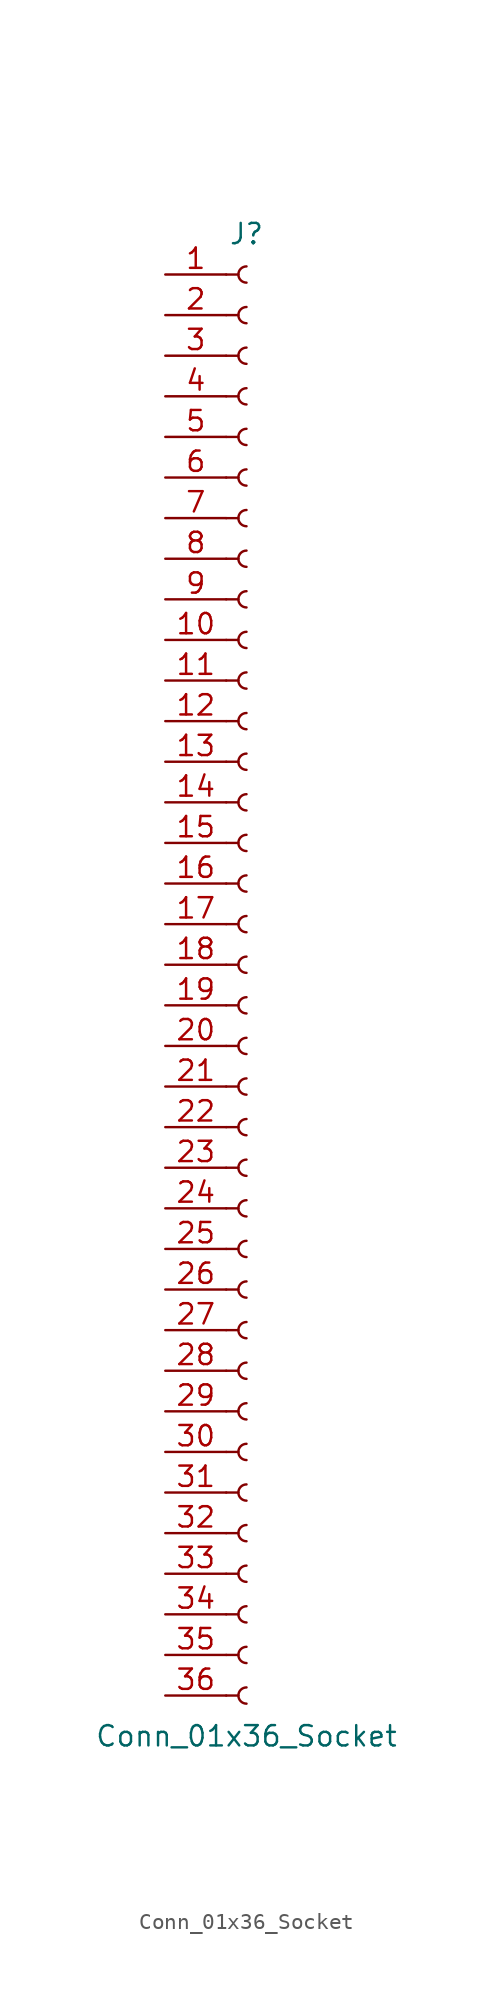
<source format=kicad_sym>
(kicad_symbol_lib
  (version 20241209)
  (generator "kicad_symbol_editor")
  (generator_version "9.0")
  (symbol "Conn_01x36_Socket"
    (pin_names
      (offset 1.016)
      (hide yes))
    (property "Reference" "J"
      (at 0 45.72 0)
      (effects (font (size 1.27 1.27))))
    (property "Value" "Conn_01x36_Socket"
      (at 0 -48.26 0)
      (effects (font (size 1.27 1.27))))
    (property "ki_locked" ""
      (at 0 0 0)
      (effects (font (size 1.27 1.27))))
    (symbol "Conn_01x36_Socket_1_1"
      (polyline (pts (xy -1.27 43.18) (xy -0.508 43.18)) (stroke (width 0.152) (type default)) (fill (type none)))
      (polyline (pts (xy -1.27 40.64) (xy -0.508 40.64)) (stroke (width 0.152) (type default)) (fill (type none)))
      (polyline (pts (xy -1.27 38.1) (xy -0.508 38.1)) (stroke (width 0.152) (type default)) (fill (type none)))
      (polyline (pts (xy -1.27 35.56) (xy -0.508 35.56)) (stroke (width 0.152) (type default)) (fill (type none)))
      (polyline (pts (xy -1.27 33.02) (xy -0.508 33.02)) (stroke (width 0.152) (type default)) (fill (type none)))
      (polyline (pts (xy -1.27 30.48) (xy -0.508 30.48)) (stroke (width 0.152) (type default)) (fill (type none)))
      (polyline (pts (xy -1.27 27.94) (xy -0.508 27.94)) (stroke (width 0.152) (type default)) (fill (type none)))
      (polyline (pts (xy -1.27 25.4) (xy -0.508 25.4)) (stroke (width 0.152) (type default)) (fill (type none)))
      (polyline (pts (xy -1.27 22.86) (xy -0.508 22.86)) (stroke (width 0.152) (type default)) (fill (type none)))
      (polyline (pts (xy -1.27 20.32) (xy -0.508 20.32)) (stroke (width 0.152) (type default)) (fill (type none)))
      (polyline (pts (xy -1.27 17.78) (xy -0.508 17.78)) (stroke (width 0.152) (type default)) (fill (type none)))
      (polyline (pts (xy -1.27 15.24) (xy -0.508 15.24)) (stroke (width 0.152) (type default)) (fill (type none)))
      (polyline (pts (xy -1.27 12.7) (xy -0.508 12.7)) (stroke (width 0.152) (type default)) (fill (type none)))
      (polyline (pts (xy -1.27 10.16) (xy -0.508 10.16)) (stroke (width 0.152) (type default)) (fill (type none)))
      (polyline (pts (xy -1.27 7.62) (xy -0.508 7.62)) (stroke (width 0.152) (type default)) (fill (type none)))
      (polyline (pts (xy -1.27 5.08) (xy -0.508 5.08)) (stroke (width 0.152) (type default)) (fill (type none)))
      (polyline (pts (xy -1.27 2.54) (xy -0.508 2.54)) (stroke (width 0.152) (type default)) (fill (type none)))
      (polyline (pts (xy -1.27 0) (xy -0.508 0)) (stroke (width 0.152) (type default)) (fill (type none)))
      (polyline (pts (xy -1.27 -2.54) (xy -0.508 -2.54)) (stroke (width 0.152) (type default)) (fill (type none)))
      (polyline (pts (xy -1.27 -5.08) (xy -0.508 -5.08)) (stroke (width 0.152) (type default)) (fill (type none)))
      (polyline (pts (xy -1.27 -7.62) (xy -0.508 -7.62)) (stroke (width 0.152) (type default)) (fill (type none)))
      (polyline (pts (xy -1.27 -10.16) (xy -0.508 -10.16)) (stroke (width 0.152) (type default)) (fill (type none)))
      (polyline (pts (xy -1.27 -12.7) (xy -0.508 -12.7)) (stroke (width 0.152) (type default)) (fill (type none)))
      (polyline (pts (xy -1.27 -15.24) (xy -0.508 -15.24)) (stroke (width 0.152) (type default)) (fill (type none)))
      (polyline (pts (xy -1.27 -17.78) (xy -0.508 -17.78)) (stroke (width 0.152) (type default)) (fill (type none)))
      (polyline (pts (xy -1.27 -20.32) (xy -0.508 -20.32)) (stroke (width 0.152) (type default)) (fill (type none)))
      (polyline (pts (xy -1.27 -22.86) (xy -0.508 -22.86)) (stroke (width 0.152) (type default)) (fill (type none)))
      (polyline (pts (xy -1.27 -25.4) (xy -0.508 -25.4)) (stroke (width 0.152) (type default)) (fill (type none)))
      (polyline (pts (xy -1.27 -27.94) (xy -0.508 -27.94)) (stroke (width 0.152) (type default)) (fill (type none)))
      (polyline (pts (xy -1.27 -30.48) (xy -0.508 -30.48)) (stroke (width 0.152) (type default)) (fill (type none)))
      (polyline (pts (xy -1.27 -33.02) (xy -0.508 -33.02)) (stroke (width 0.152) (type default)) (fill (type none)))
      (polyline (pts (xy -1.27 -35.56) (xy -0.508 -35.56)) (stroke (width 0.152) (type default)) (fill (type none)))
      (polyline (pts (xy -1.27 -38.1) (xy -0.508 -38.1)) (stroke (width 0.152) (type default)) (fill (type none)))
      (polyline (pts (xy -1.27 -40.64) (xy -0.508 -40.64)) (stroke (width 0.152) (type default)) (fill (type none)))
      (polyline (pts (xy -1.27 -43.18) (xy -0.508 -43.18)) (stroke (width 0.152) (type default)) (fill (type none)))
      (polyline (pts (xy -1.27 -45.72) (xy -0.508 -45.72)) (stroke (width 0.152) (type default)) (fill (type none)))
      (arc (start 0 42.672) (mid -0.5058 43.18) (end 0 43.688) (stroke (width 0.1524) (type default)) (fill (type none)))
      (arc (start 0 40.132) (mid -0.5058 40.64) (end 0 41.148) (stroke (width 0.1524) (type default)) (fill (type none)))
      (arc (start 0 37.592) (mid -0.5058 38.1) (end 0 38.608) (stroke (width 0.1524) (type default)) (fill (type none)))
      (arc (start 0 35.052) (mid -0.5058 35.56) (end 0 36.068) (stroke (width 0.1524) (type default)) (fill (type none)))
      (arc (start 0 32.512) (mid -0.5058 33.02) (end 0 33.528) (stroke (width 0.1524) (type default)) (fill (type none)))
      (arc (start 0 29.972) (mid -0.5058 30.48) (end 0 30.988) (stroke (width 0.1524) (type default)) (fill (type none)))
      (arc (start 0 27.432) (mid -0.5058 27.94) (end 0 28.448) (stroke (width 0.1524) (type default)) (fill (type none)))
      (arc (start 0 24.892) (mid -0.5058 25.4) (end 0 25.908) (stroke (width 0.1524) (type default)) (fill (type none)))
      (arc (start 0 22.352) (mid -0.5058 22.86) (end 0 23.368) (stroke (width 0.1524) (type default)) (fill (type none)))
      (arc (start 0 19.812) (mid -0.5058 20.32) (end 0 20.828) (stroke (width 0.1524) (type default)) (fill (type none)))
      (arc (start 0 17.272) (mid -0.5058 17.78) (end 0 18.288) (stroke (width 0.1524) (type default)) (fill (type none)))
      (arc (start 0 14.732) (mid -0.5058 15.24) (end 0 15.748) (stroke (width 0.1524) (type default)) (fill (type none)))
      (arc (start 0 12.192) (mid -0.5058 12.7) (end 0 13.208) (stroke (width 0.1524) (type default)) (fill (type none)))
      (arc (start 0 9.652) (mid -0.5058 10.16) (end 0 10.668) (stroke (width 0.1524) (type default)) (fill (type none)))
      (arc (start 0 7.112) (mid -0.5058 7.62) (end 0 8.128) (stroke (width 0.1524) (type default)) (fill (type none)))
      (arc (start 0 4.572) (mid -0.5058 5.08) (end 0 5.588) (stroke (width 0.1524) (type default)) (fill (type none)))
      (arc (start 0 2.032) (mid -0.5058 2.54) (end 0 3.048) (stroke (width 0.1524) (type default)) (fill (type none)))
      (arc (start 0 -0.508) (mid -0.5058 0) (end 0 0.508) (stroke (width 0.1524) (type default)) (fill (type none)))
      (arc (start 0 -3.048) (mid -0.5058 -2.54) (end 0 -2.032) (stroke (width 0.1524) (type default)) (fill (type none)))
      (arc (start 0 -5.588) (mid -0.5058 -5.08) (end 0 -4.572) (stroke (width 0.1524) (type default)) (fill (type none)))
      (arc (start 0 -8.128) (mid -0.5058 -7.62) (end 0 -7.112) (stroke (width 0.1524) (type default)) (fill (type none)))
      (arc (start 0 -10.668) (mid -0.5058 -10.16) (end 0 -9.652) (stroke (width 0.1524) (type default)) (fill (type none)))
      (arc (start 0 -13.208) (mid -0.5058 -12.7) (end 0 -12.192) (stroke (width 0.1524) (type default)) (fill (type none)))
      (arc (start 0 -15.748) (mid -0.5058 -15.24) (end 0 -14.732) (stroke (width 0.1524) (type default)) (fill (type none)))
      (arc (start 0 -18.288) (mid -0.5058 -17.78) (end 0 -17.272) (stroke (width 0.1524) (type default)) (fill (type none)))
      (arc (start 0 -20.828) (mid -0.5058 -20.32) (end 0 -19.812) (stroke (width 0.1524) (type default)) (fill (type none)))
      (arc (start 0 -23.368) (mid -0.5058 -22.86) (end 0 -22.352) (stroke (width 0.1524) (type default)) (fill (type none)))
      (arc (start 0 -25.908) (mid -0.5058 -25.4) (end 0 -24.892) (stroke (width 0.1524) (type default)) (fill (type none)))
      (arc (start 0 -28.448) (mid -0.5058 -27.94) (end 0 -27.432) (stroke (width 0.1524) (type default)) (fill (type none)))
      (arc (start 0 -30.988) (mid -0.5058 -30.48) (end 0 -29.972) (stroke (width 0.1524) (type default)) (fill (type none)))
      (arc (start 0 -33.528) (mid -0.5058 -33.02) (end 0 -32.512) (stroke (width 0.1524) (type default)) (fill (type none)))
      (arc (start 0 -36.068) (mid -0.5058 -35.56) (end 0 -35.052) (stroke (width 0.1524) (type default)) (fill (type none)))
      (arc (start 0 -38.608) (mid -0.5058 -38.1) (end 0 -37.592) (stroke (width 0.1524) (type default)) (fill (type none)))
      (arc (start 0 -41.148) (mid -0.5058 -40.64) (end 0 -40.132) (stroke (width 0.1524) (type default)) (fill (type none)))
      (arc (start 0 -43.688) (mid -0.5058 -43.18) (end 0 -42.672) (stroke (width 0.1524) (type default)) (fill (type none)))
      (arc (start 0 -46.228) (mid -0.5058 -45.72) (end 0 -45.212) (stroke (width 0.1524) (type default)) (fill (type none)))
      (pin passive line (at -5.08 43.18 0) (length 3.81) (name "Pin_1" (effects (font (size 1.27 1.27)))) (number "1" (effects (font (size 1.27 1.27)))))
      (pin passive line (at -5.08 40.64 0) (length 3.81) (name "Pin_2" (effects (font (size 1.27 1.27)))) (number "2" (effects (font (size 1.27 1.27)))))
      (pin passive line (at -5.08 38.1 0) (length 3.81) (name "Pin_3" (effects (font (size 1.27 1.27)))) (number "3" (effects (font (size 1.27 1.27)))))
      (pin passive line (at -5.08 35.56 0) (length 3.81) (name "Pin_4" (effects (font (size 1.27 1.27)))) (number "4" (effects (font (size 1.27 1.27)))))
      (pin passive line (at -5.08 33.02 0) (length 3.81) (name "Pin_5" (effects (font (size 1.27 1.27)))) (number "5" (effects (font (size 1.27 1.27)))))
      (pin passive line (at -5.08 30.48 0) (length 3.81) (name "Pin_6" (effects (font (size 1.27 1.27)))) (number "6" (effects (font (size 1.27 1.27)))))
      (pin passive line (at -5.08 27.94 0) (length 3.81) (name "Pin_7" (effects (font (size 1.27 1.27)))) (number "7" (effects (font (size 1.27 1.27)))))
      (pin passive line (at -5.08 25.4 0) (length 3.81) (name "Pin_8" (effects (font (size 1.27 1.27)))) (number "8" (effects (font (size 1.27 1.27)))))
      (pin passive line (at -5.08 22.86 0) (length 3.81) (name "Pin_9" (effects (font (size 1.27 1.27)))) (number "9" (effects (font (size 1.27 1.27)))))
      (pin passive line (at -5.08 20.32 0) (length 3.81) (name "Pin_10" (effects (font (size 1.27 1.27)))) (number "10" (effects (font (size 1.27 1.27)))))
      (pin passive line (at -5.08 17.78 0) (length 3.81) (name "Pin_11" (effects (font (size 1.27 1.27)))) (number "11" (effects (font (size 1.27 1.27)))))
      (pin passive line (at -5.08 15.24 0) (length 3.81) (name "Pin_12" (effects (font (size 1.27 1.27)))) (number "12" (effects (font (size 1.27 1.27)))))
      (pin passive line (at -5.08 12.7 0) (length 3.81) (name "Pin_13" (effects (font (size 1.27 1.27)))) (number "13" (effects (font (size 1.27 1.27)))))
      (pin passive line (at -5.08 10.16 0) (length 3.81) (name "Pin_14" (effects (font (size 1.27 1.27)))) (number "14" (effects (font (size 1.27 1.27)))))
      (pin passive line (at -5.08 7.62 0) (length 3.81) (name "Pin_15" (effects (font (size 1.27 1.27)))) (number "15" (effects (font (size 1.27 1.27)))))
      (pin passive line (at -5.08 5.08 0) (length 3.81) (name "Pin_16" (effects (font (size 1.27 1.27)))) (number "16" (effects (font (size 1.27 1.27)))))
      (pin passive line (at -5.08 2.54 0) (length 3.81) (name "Pin_17" (effects (font (size 1.27 1.27)))) (number "17" (effects (font (size 1.27 1.27)))))
      (pin passive line (at -5.08 0 0) (length 3.81) (name "Pin_18" (effects (font (size 1.27 1.27)))) (number "18" (effects (font (size 1.27 1.27)))))
      (pin passive line (at -5.08 -2.54 0) (length 3.81) (name "Pin_19" (effects (font (size 1.27 1.27)))) (number "19" (effects (font (size 1.27 1.27)))))
      (pin passive line (at -5.08 -5.08 0) (length 3.81) (name "Pin_20" (effects (font (size 1.27 1.27)))) (number "20" (effects (font (size 1.27 1.27)))))
      (pin passive line (at -5.08 -7.62 0) (length 3.81) (name "Pin_21" (effects (font (size 1.27 1.27)))) (number "21" (effects (font (size 1.27 1.27)))))
      (pin passive line (at -5.08 -10.16 0) (length 3.81) (name "Pin_22" (effects (font (size 1.27 1.27)))) (number "22" (effects (font (size 1.27 1.27)))))
      (pin passive line (at -5.08 -12.7 0) (length 3.81) (name "Pin_23" (effects (font (size 1.27 1.27)))) (number "23" (effects (font (size 1.27 1.27)))))
      (pin passive line (at -5.08 -15.24 0) (length 3.81) (name "Pin_24" (effects (font (size 1.27 1.27)))) (number "24" (effects (font (size 1.27 1.27)))))
      (pin passive line (at -5.08 -17.78 0) (length 3.81) (name "Pin_25" (effects (font (size 1.27 1.27)))) (number "25" (effects (font (size 1.27 1.27)))))
      (pin passive line (at -5.08 -20.32 0) (length 3.81) (name "Pin_26" (effects (font (size 1.27 1.27)))) (number "26" (effects (font (size 1.27 1.27)))))
      (pin passive line (at -5.08 -22.86 0) (length 3.81) (name "Pin_27" (effects (font (size 1.27 1.27)))) (number "27" (effects (font (size 1.27 1.27)))))
      (pin passive line (at -5.08 -25.4 0) (length 3.81) (name "Pin_28" (effects (font (size 1.27 1.27)))) (number "28" (effects (font (size 1.27 1.27)))))
      (pin passive line (at -5.08 -27.94 0) (length 3.81) (name "Pin_29" (effects (font (size 1.27 1.27)))) (number "29" (effects (font (size 1.27 1.27)))))
      (pin passive line (at -5.08 -30.48 0) (length 3.81) (name "Pin_30" (effects (font (size 1.27 1.27)))) (number "30" (effects (font (size 1.27 1.27)))))
      (pin passive line (at -5.08 -33.02 0) (length 3.81) (name "Pin_31" (effects (font (size 1.27 1.27)))) (number "31" (effects (font (size 1.27 1.27)))))
      (pin passive line (at -5.08 -35.56 0) (length 3.81) (name "Pin_32" (effects (font (size 1.27 1.27)))) (number "32" (effects (font (size 1.27 1.27)))))
      (pin passive line (at -5.08 -38.1 0) (length 3.81) (name "Pin_33" (effects (font (size 1.27 1.27)))) (number "33" (effects (font (size 1.27 1.27)))))
      (pin passive line (at -5.08 -40.64 0) (length 3.81) (name "Pin_34" (effects (font (size 1.27 1.27)))) (number "34" (effects (font (size 1.27 1.27)))))
      (pin passive line (at -5.08 -43.18 0) (length 3.81) (name "Pin_35" (effects (font (size 1.27 1.27)))) (number "35" (effects (font (size 1.27 1.27)))))
      (pin passive line (at -5.08 -45.72 0) (length 3.81) (name "Pin_36" (effects (font (size 1.27 1.27)))) (number "36" (effects (font (size 1.27 1.27))))))))
</source>
